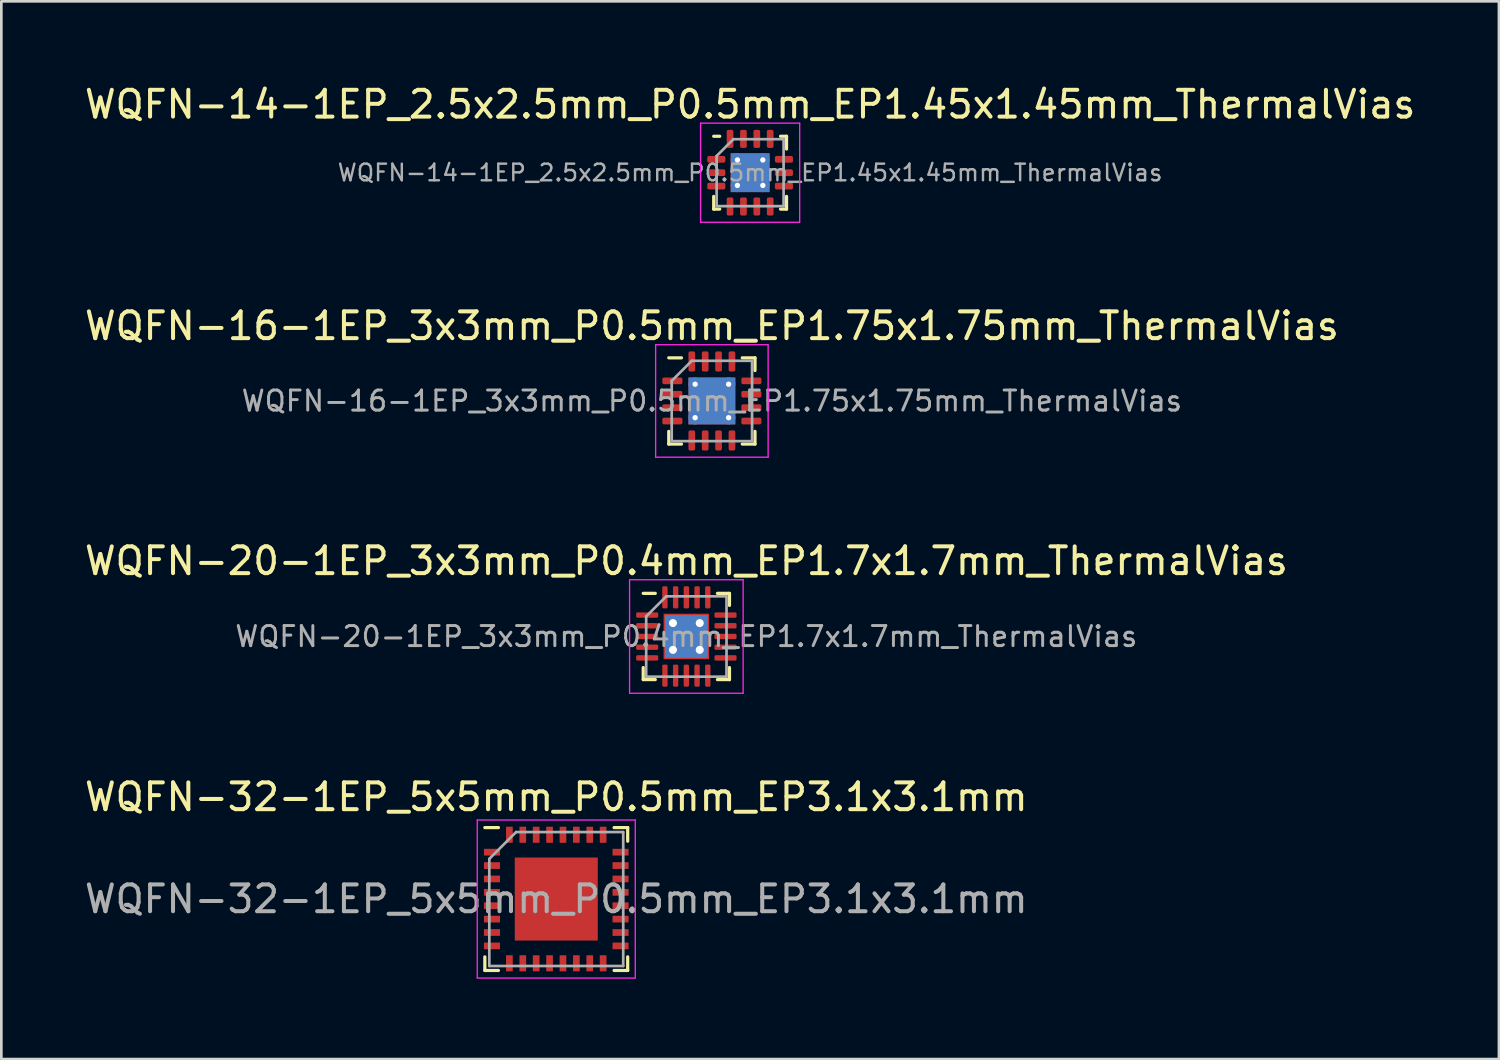
<source format=kicad_pcb>
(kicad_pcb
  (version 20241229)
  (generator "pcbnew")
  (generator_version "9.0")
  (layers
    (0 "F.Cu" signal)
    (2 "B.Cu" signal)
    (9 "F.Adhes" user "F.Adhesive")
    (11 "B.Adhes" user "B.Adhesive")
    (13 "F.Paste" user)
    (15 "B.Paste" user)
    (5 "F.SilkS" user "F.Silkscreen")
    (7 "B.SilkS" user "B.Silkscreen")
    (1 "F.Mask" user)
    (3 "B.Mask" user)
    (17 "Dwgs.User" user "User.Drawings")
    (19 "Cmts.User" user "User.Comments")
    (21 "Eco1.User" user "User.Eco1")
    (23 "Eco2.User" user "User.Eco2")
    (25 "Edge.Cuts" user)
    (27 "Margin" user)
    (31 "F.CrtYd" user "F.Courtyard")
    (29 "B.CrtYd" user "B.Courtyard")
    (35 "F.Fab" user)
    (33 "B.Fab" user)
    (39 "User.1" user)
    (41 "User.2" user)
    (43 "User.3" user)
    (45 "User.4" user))
  (footprint "WQFN-16-1EP_3x3mm_P0.5mm_EP1.75x1.75mm_ThermalVias"
    (layer "F.Cu")
    (at 23.53 11.921)
    (property "Reference" "WQFN-16-1EP_3x3mm_P0.5mm_EP1.75x1.75mm_ThermalVias" (at 0 -2.8 0) (layer "F.SilkS") (effects (font (size 1 1) (thickness 0.15))))
    (attr smd)
    (fp_line (start -1.61 1.61) (end -1.61 1.135) (stroke (width 0.12) (type solid)) (layer "F.SilkS"))
    (fp_line (start -1.135 -1.61) (end -1.61 -1.61) (stroke (width 0.12) (type solid)) (layer "F.SilkS"))
    (fp_line (start -1.135 1.61) (end -1.61 1.61) (stroke (width 0.12) (type solid)) (layer "F.SilkS"))
    (fp_line (start 1.135 -1.61) (end 1.61 -1.61) (stroke (width 0.12) (type solid)) (layer "F.SilkS"))
    (fp_line (start 1.135 1.61) (end 1.61 1.61) (stroke (width 0.12) (type solid)) (layer "F.SilkS"))
    (fp_line (start 1.61 -1.61) (end 1.61 -1.135) (stroke (width 0.12) (type solid)) (layer "F.SilkS"))
    (fp_line (start 1.61 1.61) (end 1.61 1.135) (stroke (width 0.12) (type solid)) (layer "F.SilkS"))
    (fp_line (start -2.1 -2.1) (end -2.1 2.1) (stroke (width 0.05) (type solid)) (layer "F.CrtYd"))
    (fp_line (start -2.1 2.1) (end 2.1 2.1) (stroke (width 0.05) (type solid)) (layer "F.CrtYd"))
    (fp_line (start 2.1 -2.1) (end -2.1 -2.1) (stroke (width 0.05) (type solid)) (layer "F.CrtYd"))
    (fp_line (start 2.1 2.1) (end 2.1 -2.1) (stroke (width 0.05) (type solid)) (layer "F.CrtYd"))
    (fp_line (start -1.5 -0.75) (end -0.75 -1.5) (stroke (width 0.1) (type solid)) (layer "F.Fab"))
    (fp_line (start -1.5 1.5) (end -1.5 -0.75) (stroke (width 0.1) (type solid)) (layer "F.Fab"))
    (fp_line (start -0.75 -1.5) (end 1.5 -1.5) (stroke (width 0.1) (type solid)) (layer "F.Fab"))
    (fp_line (start 1.5 -1.5) (end 1.5 1.5) (stroke (width 0.1) (type solid)) (layer "F.Fab"))
    (fp_line (start 1.5 1.5) (end -1.5 1.5) (stroke (width 0.1) (type solid)) (layer "F.Fab"))
    (fp_text user "${REFERENCE}" (at 0 0 0) (layer "F.Fab") (effects (font (size 0.75 0.75) (thickness 0.11))))
    (pad "" smd roundrect (at -0.44 -0.44) (size 0.76 0.76) (layers "F.Paste") (roundrect_rratio 0.25))
    (pad "" smd roundrect (at -0.44 0.44) (size 0.76 0.76) (layers "F.Paste") (roundrect_rratio 0.25))
    (pad "" smd roundrect (at 0.44 -0.44) (size 0.76 0.76) (layers "F.Paste") (roundrect_rratio 0.25))
    (pad "" smd roundrect (at 0.44 0.44) (size 0.76 0.76) (layers "F.Paste") (roundrect_rratio 0.25))
    (pad "1" smd roundrect (at -1.475 -0.75) (size 0.75 0.25) (layers "F.Cu" "F.Mask" "F.Paste") (roundrect_rratio 0.25))
    (pad "2" smd roundrect (at -1.475 -0.25) (size 0.75 0.25) (layers "F.Cu" "F.Mask" "F.Paste") (roundrect_rratio 0.25))
    (pad "3" smd roundrect (at -1.475 0.25) (size 0.75 0.25) (layers "F.Cu" "F.Mask" "F.Paste") (roundrect_rratio 0.25))
    (pad "4" smd roundrect (at -1.475 0.75) (size 0.75 0.25) (layers "F.Cu" "F.Mask" "F.Paste") (roundrect_rratio 0.25))
    (pad "5" smd roundrect (at -0.75 1.475) (size 0.25 0.75) (layers "F.Cu" "F.Mask" "F.Paste") (roundrect_rratio 0.25))
    (pad "6" smd roundrect (at -0.25 1.475) (size 0.25 0.75) (layers "F.Cu" "F.Mask" "F.Paste") (roundrect_rratio 0.25))
    (pad "7" smd roundrect (at 0.25 1.475) (size 0.25 0.75) (layers "F.Cu" "F.Mask" "F.Paste") (roundrect_rratio 0.25))
    (pad "8" smd roundrect (at 0.75 1.475) (size 0.25 0.75) (layers "F.Cu" "F.Mask" "F.Paste") (roundrect_rratio 0.25))
    (pad "9" smd roundrect (at 1.475 0.75) (size 0.75 0.25) (layers "F.Cu" "F.Mask" "F.Paste") (roundrect_rratio 0.25))
    (pad "10" smd roundrect (at 1.475 0.25) (size 0.75 0.25) (layers "F.Cu" "F.Mask" "F.Paste") (roundrect_rratio 0.25))
    (pad "11" smd roundrect (at 1.475 -0.25) (size 0.75 0.25) (layers "F.Cu" "F.Mask" "F.Paste") (roundrect_rratio 0.25))
    (pad "12" smd roundrect (at 1.475 -0.75) (size 0.75 0.25) (layers "F.Cu" "F.Mask" "F.Paste") (roundrect_rratio 0.25))
    (pad "13" smd roundrect (at 0.75 -1.475) (size 0.25 0.75) (layers "F.Cu" "F.Mask" "F.Paste") (roundrect_rratio 0.25))
    (pad "14" smd roundrect (at 0.25 -1.475) (size 0.25 0.75) (layers "F.Cu" "F.Mask" "F.Paste") (roundrect_rratio 0.25))
    (pad "15" smd roundrect (at -0.25 -1.475) (size 0.25 0.75) (layers "F.Cu" "F.Mask" "F.Paste") (roundrect_rratio 0.25))
    (pad "16" smd roundrect (at -0.75 -1.475) (size 0.25 0.75) (layers "F.Cu" "F.Mask" "F.Paste") (roundrect_rratio 0.25))
    (pad "17" thru_hole circle (at -0.625 -0.625) (size 0.5 0.5) (drill 0.2) (layers "*.Cu"))
    (pad "17" thru_hole circle (at -0.625 0.625) (size 0.5 0.5) (drill 0.2) (layers "*.Cu"))
    (pad "17" smd rect (at 0 0) (size 1.75 1.75) (layers "F.Cu" "F.Mask"))
    (pad "17" smd rect (at 0 0) (size 1.75 1.75) (layers "B.Cu"))
    (pad "17" thru_hole circle (at 0.625 -0.625) (size 0.5 0.5) (drill 0.2) (layers "*.Cu"))
    (pad "17" thru_hole circle (at 0.625 0.625) (size 0.5 0.5) (drill 0.2) (layers "*.Cu")))
  (footprint "WQFN-20-1EP_3x3mm_P0.4mm_EP1.7x1.7mm_ThermalVias"
    (layer "F.Cu")
    (at 22.577 20.715)
    (property "Reference" "WQFN-20-1EP_3x3mm_P0.4mm_EP1.7x1.7mm_ThermalVias" (at 0 -2.82 0) (layer "F.SilkS") (effects (font (size 1 1) (thickness 0.15))))
    (attr smd)
    (fp_line (start -1.61 1.61) (end -1.61 1.16) (stroke (width 0.12) (type solid)) (layer "F.SilkS"))
    (fp_line (start -1.16 -1.61) (end -1.61 -1.61) (stroke (width 0.12) (type solid)) (layer "F.SilkS"))
    (fp_line (start -1.16 1.61) (end -1.61 1.61) (stroke (width 0.12) (type solid)) (layer "F.SilkS"))
    (fp_line (start 1.16 -1.61) (end 1.61 -1.61) (stroke (width 0.12) (type solid)) (layer "F.SilkS"))
    (fp_line (start 1.16 1.61) (end 1.61 1.61) (stroke (width 0.12) (type solid)) (layer "F.SilkS"))
    (fp_line (start 1.61 -1.61) (end 1.61 -1.16) (stroke (width 0.12) (type solid)) (layer "F.SilkS"))
    (fp_line (start 1.61 1.61) (end 1.61 1.16) (stroke (width 0.12) (type solid)) (layer "F.SilkS"))
    (fp_line (start -2.12 -2.12) (end -2.12 2.12) (stroke (width 0.05) (type solid)) (layer "F.CrtYd"))
    (fp_line (start -2.12 2.12) (end 2.12 2.12) (stroke (width 0.05) (type solid)) (layer "F.CrtYd"))
    (fp_line (start 2.12 -2.12) (end -2.12 -2.12) (stroke (width 0.05) (type solid)) (layer "F.CrtYd"))
    (fp_line (start 2.12 2.12) (end 2.12 -2.12) (stroke (width 0.05) (type solid)) (layer "F.CrtYd"))
    (fp_line (start -1.5 -0.75) (end -0.75 -1.5) (stroke (width 0.1) (type solid)) (layer "F.Fab"))
    (fp_line (start -1.5 1.5) (end -1.5 -0.75) (stroke (width 0.1) (type solid)) (layer "F.Fab"))
    (fp_line (start -0.75 -1.5) (end 1.5 -1.5) (stroke (width 0.1) (type solid)) (layer "F.Fab"))
    (fp_line (start 1.5 -1.5) (end 1.5 1.5) (stroke (width 0.1) (type solid)) (layer "F.Fab"))
    (fp_line (start 1.5 1.5) (end -1.5 1.5) (stroke (width 0.1) (type solid)) (layer "F.Fab"))
    (fp_text user "${REFERENCE}" (at 0 0 0) (layer "F.Fab") (effects (font (size 0.75 0.75) (thickness 0.11))))
    (pad "" smd roundrect (at -0.425 -0.425) (size 0.69 0.69) (layers "F.Paste") (roundrect_rratio 0.25))
    (pad "" smd roundrect (at -0.425 0.425) (size 0.69 0.69) (layers "F.Paste") (roundrect_rratio 0.25))
    (pad "" smd roundrect (at 0.425 -0.425) (size 0.69 0.69) (layers "F.Paste") (roundrect_rratio 0.25))
    (pad "" smd roundrect (at 0.425 0.425) (size 0.69 0.69) (layers "F.Paste") (roundrect_rratio 0.25))
    (pad "1" smd roundrect (at -1.462 -0.8) (size 0.825 0.2) (layers "F.Cu" "F.Mask" "F.Paste") (roundrect_rratio 0.25))
    (pad "2" smd roundrect (at -1.462 -0.4) (size 0.825 0.2) (layers "F.Cu" "F.Mask" "F.Paste") (roundrect_rratio 0.25))
    (pad "3" smd roundrect (at -1.462 0) (size 0.825 0.2) (layers "F.Cu" "F.Mask" "F.Paste") (roundrect_rratio 0.25))
    (pad "4" smd roundrect (at -1.462 0.4) (size 0.825 0.2) (layers "F.Cu" "F.Mask" "F.Paste") (roundrect_rratio 0.25))
    (pad "5" smd roundrect (at -1.462 0.8) (size 0.825 0.2) (layers "F.Cu" "F.Mask" "F.Paste") (roundrect_rratio 0.25))
    (pad "6" smd roundrect (at -0.8 1.462) (size 0.2 0.825) (layers "F.Cu" "F.Mask" "F.Paste") (roundrect_rratio 0.25))
    (pad "7" smd roundrect (at -0.4 1.462) (size 0.2 0.825) (layers "F.Cu" "F.Mask" "F.Paste") (roundrect_rratio 0.25))
    (pad "8" smd roundrect (at 0 1.462) (size 0.2 0.825) (layers "F.Cu" "F.Mask" "F.Paste") (roundrect_rratio 0.25))
    (pad "9" smd roundrect (at 0.4 1.462) (size 0.2 0.825) (layers "F.Cu" "F.Mask" "F.Paste") (roundrect_rratio 0.25))
    (pad "10" smd roundrect (at 0.8 1.462) (size 0.2 0.825) (layers "F.Cu" "F.Mask" "F.Paste") (roundrect_rratio 0.25))
    (pad "11" smd roundrect (at 1.462 0.8) (size 0.825 0.2) (layers "F.Cu" "F.Mask" "F.Paste") (roundrect_rratio 0.25))
    (pad "12" smd roundrect (at 1.462 0.4) (size 0.825 0.2) (layers "F.Cu" "F.Mask" "F.Paste") (roundrect_rratio 0.25))
    (pad "13" smd roundrect (at 1.462 0) (size 0.825 0.2) (layers "F.Cu" "F.Mask" "F.Paste") (roundrect_rratio 0.25))
    (pad "14" smd roundrect (at 1.462 -0.4) (size 0.825 0.2) (layers "F.Cu" "F.Mask" "F.Paste") (roundrect_rratio 0.25))
    (pad "15" smd roundrect (at 1.462 -0.8) (size 0.825 0.2) (layers "F.Cu" "F.Mask" "F.Paste") (roundrect_rratio 0.25))
    (pad "16" smd roundrect (at 0.8 -1.462) (size 0.2 0.825) (layers "F.Cu" "F.Mask" "F.Paste") (roundrect_rratio 0.25))
    (pad "17" smd roundrect (at 0.4 -1.462) (size 0.2 0.825) (layers "F.Cu" "F.Mask" "F.Paste") (roundrect_rratio 0.25))
    (pad "18" smd roundrect (at 0 -1.462) (size 0.2 0.825) (layers "F.Cu" "F.Mask" "F.Paste") (roundrect_rratio 0.25))
    (pad "19" smd roundrect (at -0.4 -1.462) (size 0.2 0.825) (layers "F.Cu" "F.Mask" "F.Paste") (roundrect_rratio 0.25))
    (pad "20" smd roundrect (at -0.8 -1.462) (size 0.2 0.825) (layers "F.Cu" "F.Mask" "F.Paste") (roundrect_rratio 0.25))
    (pad "21" thru_hole circle (at -0.5 -0.5) (size 0.6 0.6) (drill 0.3) (layers "*.Cu"))
    (pad "21" thru_hole circle (at -0.5 0.5) (size 0.6 0.6) (drill 0.3) (layers "*.Cu"))
    (pad "21" smd rect (at 0 0) (size 1.6 1.6) (layers "B.Cu"))
    (pad "21" smd rect (at 0 0) (size 1.7 1.7) (layers "F.Cu" "F.Mask"))
    (pad "21" thru_hole circle (at 0.5 -0.5) (size 0.6 0.6) (drill 0.3) (layers "*.Cu"))
    (pad "21" thru_hole circle (at 0.5 0.5) (size 0.6 0.6) (drill 0.3) (layers "*.Cu")))
  (footprint "WQFN-14-1EP_2.5x2.5mm_P0.5mm_EP1.45x1.45mm_ThermalVias"
    (layer "F.Cu")
    (at 24.958 3.398)
    (property "Reference" "WQFN-14-1EP_2.5x2.5mm_P0.5mm_EP1.45x1.45mm_ThermalVias" (at 0 -2.55 0) (layer "F.SilkS") (effects (font (size 1 1) (thickness 0.15))))
    (attr smd)
    (fp_line (start -1.36 1.36) (end -1.36 0.885) (stroke (width 0.12) (type solid)) (layer "F.SilkS"))
    (fp_line (start -1.135 -1.36) (end -1.36 -1.36) (stroke (width 0.12) (type solid)) (layer "F.SilkS"))
    (fp_line (start -1.135 1.36) (end -1.36 1.36) (stroke (width 0.12) (type solid)) (layer "F.SilkS"))
    (fp_line (start 1.135 -1.36) (end 1.36 -1.36) (stroke (width 0.12) (type solid)) (layer "F.SilkS"))
    (fp_line (start 1.135 1.36) (end 1.36 1.36) (stroke (width 0.12) (type solid)) (layer "F.SilkS"))
    (fp_line (start 1.36 -1.36) (end 1.36 -0.885) (stroke (width 0.12) (type solid)) (layer "F.SilkS"))
    (fp_line (start 1.36 1.36) (end 1.36 0.885) (stroke (width 0.12) (type solid)) (layer "F.SilkS"))
    (fp_line (start -1.85 -1.85) (end -1.85 1.85) (stroke (width 0.05) (type solid)) (layer "F.CrtYd"))
    (fp_line (start -1.85 1.85) (end 1.85 1.85) (stroke (width 0.05) (type solid)) (layer "F.CrtYd"))
    (fp_line (start 1.85 -1.85) (end -1.85 -1.85) (stroke (width 0.05) (type solid)) (layer "F.CrtYd"))
    (fp_line (start 1.85 1.85) (end 1.85 -1.85) (stroke (width 0.05) (type solid)) (layer "F.CrtYd"))
    (fp_line (start -1.25 -0.625) (end -0.625 -1.25) (stroke (width 0.1) (type solid)) (layer "F.Fab"))
    (fp_line (start -1.25 1.25) (end -1.25 -0.625) (stroke (width 0.1) (type solid)) (layer "F.Fab"))
    (fp_line (start -0.625 -1.25) (end 1.25 -1.25) (stroke (width 0.1) (type solid)) (layer "F.Fab"))
    (fp_line (start 1.25 -1.25) (end 1.25 1.25) (stroke (width 0.1) (type solid)) (layer "F.Fab"))
    (fp_line (start 1.25 1.25) (end -1.25 1.25) (stroke (width 0.1) (type solid)) (layer "F.Fab"))
    (fp_text user "${REFERENCE}" (at 0 0 0) (layer "F.Fab") (effects (font (size 0.62 0.62) (thickness 0.09))))
    (pad "" smd roundrect (at -0.36 -0.36) (size 0.61 0.61) (layers "F.Paste") (roundrect_rratio 0.25))
    (pad "" smd roundrect (at -0.36 0.36) (size 0.61 0.61) (layers "F.Paste") (roundrect_rratio 0.25))
    (pad "" smd roundrect (at 0.36 -0.36) (size 0.61 0.61) (layers "F.Paste") (roundrect_rratio 0.25))
    (pad "" smd roundrect (at 0.36 0.36) (size 0.61 0.61) (layers "F.Paste") (roundrect_rratio 0.25))
    (pad "1" smd roundrect (at -1.262 -0.5) (size 0.675 0.25) (layers "F.Cu" "F.Mask" "F.Paste") (roundrect_rratio 0.25))
    (pad "2" smd roundrect (at -1.262 0) (size 0.675 0.25) (layers "F.Cu" "F.Mask" "F.Paste") (roundrect_rratio 0.25))
    (pad "3" smd roundrect (at -1.262 0.5) (size 0.675 0.25) (layers "F.Cu" "F.Mask" "F.Paste") (roundrect_rratio 0.25))
    (pad "4" smd roundrect (at -0.75 1.262) (size 0.25 0.675) (layers "F.Cu" "F.Mask" "F.Paste") (roundrect_rratio 0.25))
    (pad "5" smd roundrect (at -0.25 1.262) (size 0.25 0.675) (layers "F.Cu" "F.Mask" "F.Paste") (roundrect_rratio 0.25))
    (pad "6" smd roundrect (at 0.25 1.262) (size 0.25 0.675) (layers "F.Cu" "F.Mask" "F.Paste") (roundrect_rratio 0.25))
    (pad "7" smd roundrect (at 0.75 1.262) (size 0.25 0.675) (layers "F.Cu" "F.Mask" "F.Paste") (roundrect_rratio 0.25))
    (pad "8" smd roundrect (at 1.262 0.5) (size 0.675 0.25) (layers "F.Cu" "F.Mask" "F.Paste") (roundrect_rratio 0.25))
    (pad "9" smd roundrect (at 1.262 0) (size 0.675 0.25) (layers "F.Cu" "F.Mask" "F.Paste") (roundrect_rratio 0.25))
    (pad "10" smd roundrect (at 1.262 -0.5) (size 0.675 0.25) (layers "F.Cu" "F.Mask" "F.Paste") (roundrect_rratio 0.25))
    (pad "11" smd roundrect (at 0.75 -1.262) (size 0.25 0.675) (layers "F.Cu" "F.Mask" "F.Paste") (roundrect_rratio 0.25))
    (pad "12" smd roundrect (at 0.25 -1.262) (size 0.25 0.675) (layers "F.Cu" "F.Mask" "F.Paste") (roundrect_rratio 0.25))
    (pad "13" smd roundrect (at -0.25 -1.262) (size 0.25 0.675) (layers "F.Cu" "F.Mask" "F.Paste") (roundrect_rratio 0.25))
    (pad "14" smd roundrect (at -0.75 -1.262) (size 0.25 0.675) (layers "F.Cu" "F.Mask" "F.Paste") (roundrect_rratio 0.25))
    (pad "15" thru_hole circle (at -0.475 -0.475) (size 0.5 0.5) (drill 0.2) (layers "*.Cu"))
    (pad "15" thru_hole circle (at -0.475 0.475) (size 0.5 0.5) (drill 0.2) (layers "*.Cu"))
    (pad "15" smd rect (at 0 0) (size 1.45 1.45) (layers "F.Cu" "F.Mask"))
    (pad "15" smd rect (at 0 0) (size 1.45 1.45) (layers "B.Cu"))
    (pad "15" thru_hole circle (at 0.475 -0.475) (size 0.5 0.5) (drill 0.2) (layers "*.Cu"))
    (pad "15" thru_hole circle (at 0.475 0.475) (size 0.5 0.5) (drill 0.2) (layers "*.Cu")))
  (footprint "WQFN-32-1EP_5x5mm_P0.5mm_EP3.1x3.1mm"
    (layer "F.Cu")
    (at 17.72 30.518)
    (property "Reference" "WQFN-32-1EP_5x5mm_P0.5mm_EP3.1x3.1mm" (at 0 -3.81 0) (layer "F.SilkS") (effects (font (size 1 1) (thickness 0.15))))
    (attr smd)
    (fp_line (start -2.667 2.667) (end -2.667 2.159) (stroke (width 0.12) (type solid)) (layer "F.SilkS"))
    (fp_line (start -2.159 -2.667) (end -2.667 -2.667) (stroke (width 0.12) (type solid)) (layer "F.SilkS"))
    (fp_line (start -2.159 2.667) (end -2.667 2.667) (stroke (width 0.12) (type solid)) (layer "F.SilkS"))
    (fp_line (start 2.159 -2.667) (end 2.667 -2.667) (stroke (width 0.12) (type solid)) (layer "F.SilkS"))
    (fp_line (start 2.667 -2.667) (end 2.667 -2.159) (stroke (width 0.12) (type solid)) (layer "F.SilkS"))
    (fp_line (start 2.667 2.159) (end 2.667 2.667) (stroke (width 0.12) (type solid)) (layer "F.SilkS"))
    (fp_line (start 2.667 2.667) (end 2.159 2.667) (stroke (width 0.12) (type solid)) (layer "F.SilkS"))
    (fp_line (start -2.95 -2.95) (end 2.95 -2.95) (stroke (width 0.05) (type solid)) (layer "F.CrtYd"))
    (fp_line (start -2.95 2.95) (end -2.95 -2.95) (stroke (width 0.05) (type solid)) (layer "F.CrtYd"))
    (fp_line (start 2.95 -2.95) (end 2.95 2.95) (stroke (width 0.05) (type solid)) (layer "F.CrtYd"))
    (fp_line (start 2.95 2.95) (end -2.95 2.95) (stroke (width 0.05) (type solid)) (layer "F.CrtYd"))
    (fp_line (start -2.5 -1.5) (end -2.5 2.5) (stroke (width 0.1) (type solid)) (layer "F.Fab"))
    (fp_line (start -1.5 -2.5) (end -2.5 -1.5) (stroke (width 0.1) (type solid)) (layer "F.Fab"))
    (fp_line (start 2.5 -2.5) (end -1.5 -2.5) (stroke (width 0.1) (type solid)) (layer "F.Fab"))
    (fp_line (start 2.5 -2.5) (end 2.5 2.5) (stroke (width 0.1) (type solid)) (layer "F.Fab"))
    (fp_line (start 2.5 2.5) (end -2.5 2.5) (stroke (width 0.1) (type solid)) (layer "F.Fab"))
    (fp_text user "${REFERENCE}" (at 0 0 0) (layer "F.Fab") (effects (font (size 1 1) (thickness 0.15))))
    (pad "" smd rect (at -0.775 -0.775) (size 1.23 1.23) (layers "F.Paste"))
    (pad "" smd rect (at -0.775 0.775) (size 1.23 1.23) (layers "F.Paste"))
    (pad "" smd rect (at 0.775 -0.775) (size 1.23 1.23) (layers "F.Paste"))
    (pad "" smd rect (at 0.775 0.775) (size 1.23 1.23) (layers "F.Paste"))
    (pad "1" smd rect (at -2.4 -1.75 90) (size 0.25 0.6) (layers "F.Cu" "F.Mask" "F.Paste"))
    (pad "2" smd rect (at -2.4 -1.25 90) (size 0.25 0.6) (layers "F.Cu" "F.Mask" "F.Paste"))
    (pad "3" smd rect (at -2.4 -0.75 90) (size 0.25 0.6) (layers "F.Cu" "F.Mask" "F.Paste"))
    (pad "4" smd rect (at -2.4 -0.25 90) (size 0.25 0.6) (layers "F.Cu" "F.Mask" "F.Paste"))
    (pad "5" smd rect (at -2.4 0.25 90) (size 0.25 0.6) (layers "F.Cu" "F.Mask" "F.Paste"))
    (pad "6" smd rect (at -2.4 0.75 90) (size 0.25 0.6) (layers "F.Cu" "F.Mask" "F.Paste"))
    (pad "7" smd rect (at -2.4 1.25 90) (size 0.25 0.6) (layers "F.Cu" "F.Mask" "F.Paste"))
    (pad "8" smd rect (at -2.4 1.75 90) (size 0.25 0.6) (layers "F.Cu" "F.Mask" "F.Paste"))
    (pad "9" smd rect (at -1.75 2.4) (size 0.25 0.6) (layers "F.Cu" "F.Mask" "F.Paste"))
    (pad "10" smd rect (at -1.25 2.4) (size 0.25 0.6) (layers "F.Cu" "F.Mask" "F.Paste"))
    (pad "11" smd rect (at -0.75 2.4) (size 0.25 0.6) (layers "F.Cu" "F.Mask" "F.Paste"))
    (pad "12" smd rect (at -0.25 2.4) (size 0.25 0.6) (layers "F.Cu" "F.Mask" "F.Paste"))
    (pad "13" smd rect (at 0.25 2.4) (size 0.25 0.6) (layers "F.Cu" "F.Mask" "F.Paste"))
    (pad "14" smd rect (at 0.75 2.4) (size 0.25 0.6) (layers "F.Cu" "F.Mask" "F.Paste"))
    (pad "15" smd rect (at 1.25 2.4) (size 0.25 0.6) (layers "F.Cu" "F.Mask" "F.Paste"))
    (pad "16" smd rect (at 1.75 2.4) (size 0.25 0.6) (layers "F.Cu" "F.Mask" "F.Paste"))
    (pad "17" smd rect (at 2.4 1.75 90) (size 0.25 0.6) (layers "F.Cu" "F.Mask" "F.Paste"))
    (pad "18" smd rect (at 2.4 1.25 90) (size 0.25 0.6) (layers "F.Cu" "F.Mask" "F.Paste"))
    (pad "19" smd rect (at 2.4 0.75 90) (size 0.25 0.6) (layers "F.Cu" "F.Mask" "F.Paste"))
    (pad "20" smd rect (at 2.4 0.25 90) (size 0.25 0.6) (layers "F.Cu" "F.Mask" "F.Paste"))
    (pad "21" smd rect (at 2.4 -0.25 90) (size 0.25 0.6) (layers "F.Cu" "F.Mask" "F.Paste"))
    (pad "22" smd rect (at 2.4 -0.75 90) (size 0.25 0.6) (layers "F.Cu" "F.Mask" "F.Paste"))
    (pad "23" smd rect (at 2.4 -1.25 90) (size 0.25 0.6) (layers "F.Cu" "F.Mask" "F.Paste"))
    (pad "24" smd rect (at 2.4 -1.75 90) (size 0.25 0.6) (layers "F.Cu" "F.Mask" "F.Paste"))
    (pad "25" smd rect (at 1.75 -2.4) (size 0.25 0.6) (layers "F.Cu" "F.Mask" "F.Paste"))
    (pad "26" smd rect (at 1.25 -2.4) (size 0.25 0.6) (layers "F.Cu" "F.Mask" "F.Paste"))
    (pad "27" smd rect (at 0.75 -2.4) (size 0.25 0.6) (layers "F.Cu" "F.Mask" "F.Paste"))
    (pad "28" smd rect (at 0.25 -2.4) (size 0.25 0.6) (layers "F.Cu" "F.Mask" "F.Paste"))
    (pad "29" smd rect (at -0.25 -2.4) (size 0.25 0.6) (layers "F.Cu" "F.Mask" "F.Paste"))
    (pad "30" smd rect (at -0.75 -2.4) (size 0.25 0.6) (layers "F.Cu" "F.Mask" "F.Paste"))
    (pad "31" smd rect (at -1.25 -2.4) (size 0.25 0.6) (layers "F.Cu" "F.Mask" "F.Paste"))
    (pad "32" smd rect (at -1.75 -2.4) (size 0.25 0.6) (layers "F.Cu" "F.Mask" "F.Paste"))
    (pad "33" smd rect (at 0 0) (size 3.1 3.1) (layers "F.Cu" "F.Mask")))
  (gr_rect
    (start -3 -3)
    (end 52.917 36.493)
    (stroke (width 0.1) (type default))
    (fill no)
    (layer "Edge.Cuts")))
</source>
